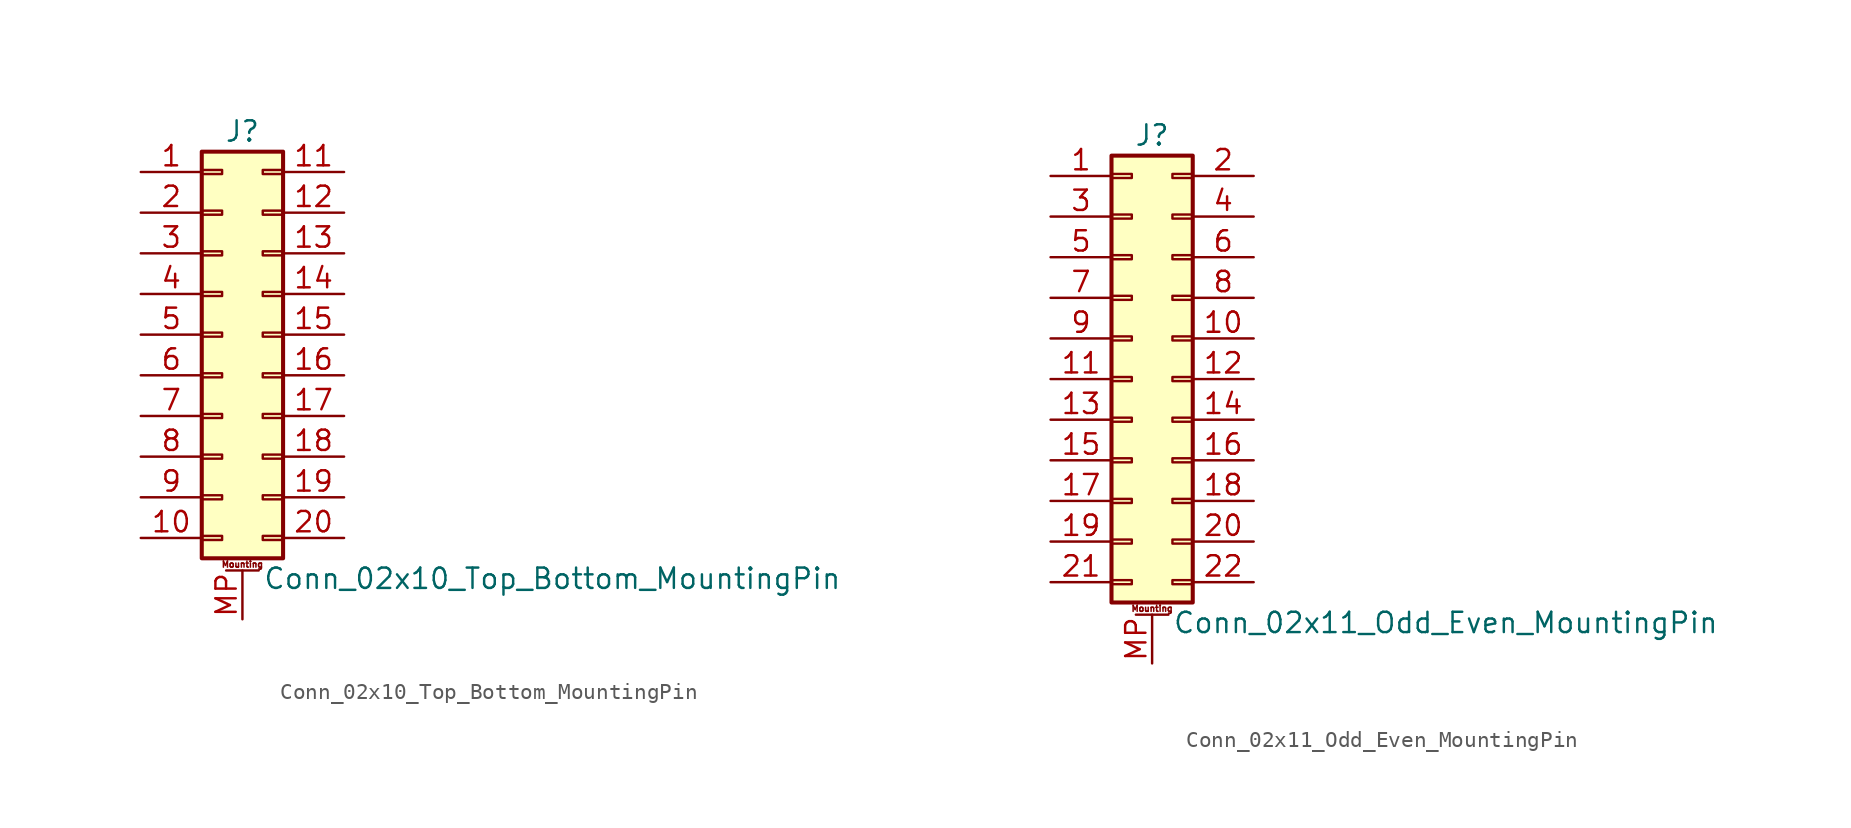
<source format=kicad_sym>
(kicad_symbol_lib
  (version 20201005)
  (generator kicad_symbol_editor)
  (symbol "Connector_Generic_MountingPin:Conn_02x10_Top_Bottom_MountingPin"
    (pin_names
      (offset 1.016) hide)
    (property "Reference" "J"
      (at 1.27 12.7 0)
      (effects (font (size 1.27 1.27))))
    (property "Value" "Conn_02x10_Top_Bottom_MountingPin"
      (at 2.54 -15.24 0)
      (effects (font (size 1.27 1.27)) (justify left)))
    (symbol "Conn_02x10_Top_Bottom_MountingPin_1_1"
      (text "Mounting" (at 1.27 -14.351 0) (effects (font (size 0.381 0.381))))
      (rectangle (start -1.27 -4.953) (end 0 -5.207) (stroke (width 0.152)) (fill (type none)))
      (rectangle (start -1.27 -7.493) (end 0 -7.747) (stroke (width 0.152)) (fill (type none)))
      (rectangle (start -1.27 -10.033) (end 0 -10.287) (stroke (width 0.152)) (fill (type none)))
      (rectangle (start -1.27 -12.573) (end 0 -12.827) (stroke (width 0.152)) (fill (type none)))
      (rectangle (start -1.27 -2.413) (end 0 -2.667) (stroke (width 0.152)) (fill (type none)))
      (rectangle (start -1.27 2.667) (end 0 2.413) (stroke (width 0.152)) (fill (type none)))
      (rectangle (start -1.27 5.207) (end 0 4.953) (stroke (width 0.152)) (fill (type none)))
      (rectangle (start -1.27 7.747) (end 0 7.493) (stroke (width 0.152)) (fill (type none)))
      (rectangle (start -1.27 10.287) (end 0 10.033) (stroke (width 0.152)) (fill (type none)))
      (rectangle (start -1.27 11.43) (end 3.81 -13.97) (stroke (width 0.254)) (fill (type background)))
      (rectangle (start -1.27 0.127) (end 0 -0.127) (stroke (width 0.152)) (fill (type none)))
      (rectangle (start 3.81 -4.953) (end 2.54 -5.207) (stroke (width 0.152)) (fill (type none)))
      (rectangle (start 3.81 -7.493) (end 2.54 -7.747) (stroke (width 0.152)) (fill (type none)))
      (rectangle (start 3.81 -10.033) (end 2.54 -10.287) (stroke (width 0.152)) (fill (type none)))
      (rectangle (start 3.81 -12.573) (end 2.54 -12.827) (stroke (width 0.152)) (fill (type none)))
      (rectangle (start 3.81 -2.413) (end 2.54 -2.667) (stroke (width 0.152)) (fill (type none)))
      (rectangle (start 3.81 2.667) (end 2.54 2.413) (stroke (width 0.152)) (fill (type none)))
      (rectangle (start 3.81 5.207) (end 2.54 4.953) (stroke (width 0.152)) (fill (type none)))
      (rectangle (start 3.81 7.747) (end 2.54 7.493) (stroke (width 0.152)) (fill (type none)))
      (rectangle (start 3.81 10.287) (end 2.54 10.033) (stroke (width 0.152)) (fill (type none)))
      (rectangle (start 3.81 0.127) (end 2.54 -0.127) (stroke (width 0.152)) (fill (type none)))
      (polyline (pts (xy 0.254 -14.732) (xy 2.286 -14.732)) (stroke (width 0.152)) (fill (type none)))
      (pin passive line (at 1.27 -17.78 90) (length 3.048) (name "MountPin" (effects (font (size 1.27 1.27)))) (number "MP" (effects (font (size 1.27 1.27)))))
      (pin passive line (at -5.08 10.16 0) (length 3.81) (name "Pin_1" (effects (font (size 1.27 1.27)))) (number "1" (effects (font (size 1.27 1.27)))))
      (pin passive line (at -5.08 -12.7 0) (length 3.81) (name "Pin_10" (effects (font (size 1.27 1.27)))) (number "10" (effects (font (size 1.27 1.27)))))
      (pin passive line (at 7.62 10.16 180) (length 3.81) (name "Pin_11" (effects (font (size 1.27 1.27)))) (number "11" (effects (font (size 1.27 1.27)))))
      (pin passive line (at 7.62 7.62 180) (length 3.81) (name "Pin_12" (effects (font (size 1.27 1.27)))) (number "12" (effects (font (size 1.27 1.27)))))
      (pin passive line (at 7.62 5.08 180) (length 3.81) (name "Pin_13" (effects (font (size 1.27 1.27)))) (number "13" (effects (font (size 1.27 1.27)))))
      (pin passive line (at 7.62 2.54 180) (length 3.81) (name "Pin_14" (effects (font (size 1.27 1.27)))) (number "14" (effects (font (size 1.27 1.27)))))
      (pin passive line (at 7.62 0 180) (length 3.81) (name "Pin_15" (effects (font (size 1.27 1.27)))) (number "15" (effects (font (size 1.27 1.27)))))
      (pin passive line (at 7.62 -2.54 180) (length 3.81) (name "Pin_16" (effects (font (size 1.27 1.27)))) (number "16" (effects (font (size 1.27 1.27)))))
      (pin passive line (at 7.62 -5.08 180) (length 3.81) (name "Pin_17" (effects (font (size 1.27 1.27)))) (number "17" (effects (font (size 1.27 1.27)))))
      (pin passive line (at 7.62 -7.62 180) (length 3.81) (name "Pin_18" (effects (font (size 1.27 1.27)))) (number "18" (effects (font (size 1.27 1.27)))))
      (pin passive line (at 7.62 -10.16 180) (length 3.81) (name "Pin_19" (effects (font (size 1.27 1.27)))) (number "19" (effects (font (size 1.27 1.27)))))
      (pin passive line (at -5.08 7.62 0) (length 3.81) (name "Pin_2" (effects (font (size 1.27 1.27)))) (number "2" (effects (font (size 1.27 1.27)))))
      (pin passive line (at 7.62 -12.7 180) (length 3.81) (name "Pin_20" (effects (font (size 1.27 1.27)))) (number "20" (effects (font (size 1.27 1.27)))))
      (pin passive line (at -5.08 5.08 0) (length 3.81) (name "Pin_3" (effects (font (size 1.27 1.27)))) (number "3" (effects (font (size 1.27 1.27)))))
      (pin passive line (at -5.08 2.54 0) (length 3.81) (name "Pin_4" (effects (font (size 1.27 1.27)))) (number "4" (effects (font (size 1.27 1.27)))))
      (pin passive line (at -5.08 0 0) (length 3.81) (name "Pin_5" (effects (font (size 1.27 1.27)))) (number "5" (effects (font (size 1.27 1.27)))))
      (pin passive line (at -5.08 -2.54 0) (length 3.81) (name "Pin_6" (effects (font (size 1.27 1.27)))) (number "6" (effects (font (size 1.27 1.27)))))
      (pin passive line (at -5.08 -5.08 0) (length 3.81) (name "Pin_7" (effects (font (size 1.27 1.27)))) (number "7" (effects (font (size 1.27 1.27)))))
      (pin passive line (at -5.08 -7.62 0) (length 3.81) (name "Pin_8" (effects (font (size 1.27 1.27)))) (number "8" (effects (font (size 1.27 1.27)))))
      (pin passive line (at -5.08 -10.16 0) (length 3.81) (name "Pin_9" (effects (font (size 1.27 1.27)))) (number "9" (effects (font (size 1.27 1.27)))))))
  (symbol "Connector_Generic_MountingPin:Conn_02x11_Odd_Even_MountingPin"
    (pin_names
      (offset 1.016) hide)
    (property "Reference" "J"
      (at 1.27 15.24 0)
      (effects (font (size 1.27 1.27))))
    (property "Value" "Conn_02x11_Odd_Even_MountingPin"
      (at 2.54 -15.24 0)
      (effects (font (size 1.27 1.27)) (justify left)))
    (symbol "Conn_02x11_Odd_Even_MountingPin_1_1"
      (text "Mounting" (at 1.27 -14.351 0) (effects (font (size 0.381 0.381))))
      (rectangle (start -1.27 -4.953) (end 0 -5.207) (stroke (width 0.152)) (fill (type none)))
      (rectangle (start -1.27 -7.493) (end 0 -7.747) (stroke (width 0.152)) (fill (type none)))
      (rectangle (start -1.27 -10.033) (end 0 -10.287) (stroke (width 0.152)) (fill (type none)))
      (rectangle (start -1.27 -12.573) (end 0 -12.827) (stroke (width 0.152)) (fill (type none)))
      (rectangle (start -1.27 -2.413) (end 0 -2.667) (stroke (width 0.152)) (fill (type none)))
      (rectangle (start -1.27 2.667) (end 0 2.413) (stroke (width 0.152)) (fill (type none)))
      (rectangle (start -1.27 5.207) (end 0 4.953) (stroke (width 0.152)) (fill (type none)))
      (rectangle (start -1.27 7.747) (end 0 7.493) (stroke (width 0.152)) (fill (type none)))
      (rectangle (start -1.27 10.287) (end 0 10.033) (stroke (width 0.152)) (fill (type none)))
      (rectangle (start -1.27 0.127) (end 0 -0.127) (stroke (width 0.152)) (fill (type none)))
      (rectangle (start -1.27 12.827) (end 0 12.573) (stroke (width 0.152)) (fill (type none)))
      (rectangle (start -1.27 13.97) (end 3.81 -13.97) (stroke (width 0.254)) (fill (type background)))
      (rectangle (start 3.81 -4.953) (end 2.54 -5.207) (stroke (width 0.152)) (fill (type none)))
      (rectangle (start 3.81 -7.493) (end 2.54 -7.747) (stroke (width 0.152)) (fill (type none)))
      (rectangle (start 3.81 -10.033) (end 2.54 -10.287) (stroke (width 0.152)) (fill (type none)))
      (rectangle (start 3.81 -12.573) (end 2.54 -12.827) (stroke (width 0.152)) (fill (type none)))
      (rectangle (start 3.81 -2.413) (end 2.54 -2.667) (stroke (width 0.152)) (fill (type none)))
      (rectangle (start 3.81 2.667) (end 2.54 2.413) (stroke (width 0.152)) (fill (type none)))
      (rectangle (start 3.81 5.207) (end 2.54 4.953) (stroke (width 0.152)) (fill (type none)))
      (rectangle (start 3.81 7.747) (end 2.54 7.493) (stroke (width 0.152)) (fill (type none)))
      (rectangle (start 3.81 10.287) (end 2.54 10.033) (stroke (width 0.152)) (fill (type none)))
      (rectangle (start 3.81 0.127) (end 2.54 -0.127) (stroke (width 0.152)) (fill (type none)))
      (rectangle (start 3.81 12.827) (end 2.54 12.573) (stroke (width 0.152)) (fill (type none)))
      (polyline (pts (xy 0.254 -14.732) (xy 2.286 -14.732)) (stroke (width 0.152)) (fill (type none)))
      (pin passive line (at 1.27 -17.78 90) (length 3.048) (name "MountPin" (effects (font (size 1.27 1.27)))) (number "MP" (effects (font (size 1.27 1.27)))))
      (pin passive line (at -5.08 12.7 0) (length 3.81) (name "Pin_1" (effects (font (size 1.27 1.27)))) (number "1" (effects (font (size 1.27 1.27)))))
      (pin passive line (at 7.62 2.54 180) (length 3.81) (name "Pin_10" (effects (font (size 1.27 1.27)))) (number "10" (effects (font (size 1.27 1.27)))))
      (pin passive line (at -5.08 0 0) (length 3.81) (name "Pin_11" (effects (font (size 1.27 1.27)))) (number "11" (effects (font (size 1.27 1.27)))))
      (pin passive line (at 7.62 0 180) (length 3.81) (name "Pin_12" (effects (font (size 1.27 1.27)))) (number "12" (effects (font (size 1.27 1.27)))))
      (pin passive line (at -5.08 -2.54 0) (length 3.81) (name "Pin_13" (effects (font (size 1.27 1.27)))) (number "13" (effects (font (size 1.27 1.27)))))
      (pin passive line (at 7.62 -2.54 180) (length 3.81) (name "Pin_14" (effects (font (size 1.27 1.27)))) (number "14" (effects (font (size 1.27 1.27)))))
      (pin passive line (at -5.08 -5.08 0) (length 3.81) (name "Pin_15" (effects (font (size 1.27 1.27)))) (number "15" (effects (font (size 1.27 1.27)))))
      (pin passive line (at 7.62 -5.08 180) (length 3.81) (name "Pin_16" (effects (font (size 1.27 1.27)))) (number "16" (effects (font (size 1.27 1.27)))))
      (pin passive line (at -5.08 -7.62 0) (length 3.81) (name "Pin_17" (effects (font (size 1.27 1.27)))) (number "17" (effects (font (size 1.27 1.27)))))
      (pin passive line (at 7.62 -7.62 180) (length 3.81) (name "Pin_18" (effects (font (size 1.27 1.27)))) (number "18" (effects (font (size 1.27 1.27)))))
      (pin passive line (at -5.08 -10.16 0) (length 3.81) (name "Pin_19" (effects (font (size 1.27 1.27)))) (number "19" (effects (font (size 1.27 1.27)))))
      (pin passive line (at 7.62 12.7 180) (length 3.81) (name "Pin_2" (effects (font (size 1.27 1.27)))) (number "2" (effects (font (size 1.27 1.27)))))
      (pin passive line (at 7.62 -10.16 180) (length 3.81) (name "Pin_20" (effects (font (size 1.27 1.27)))) (number "20" (effects (font (size 1.27 1.27)))))
      (pin passive line (at -5.08 -12.7 0) (length 3.81) (name "Pin_21" (effects (font (size 1.27 1.27)))) (number "21" (effects (font (size 1.27 1.27)))))
      (pin passive line (at 7.62 -12.7 180) (length 3.81) (name "Pin_22" (effects (font (size 1.27 1.27)))) (number "22" (effects (font (size 1.27 1.27)))))
      (pin passive line (at -5.08 10.16 0) (length 3.81) (name "Pin_3" (effects (font (size 1.27 1.27)))) (number "3" (effects (font (size 1.27 1.27)))))
      (pin passive line (at 7.62 10.16 180) (length 3.81) (name "Pin_4" (effects (font (size 1.27 1.27)))) (number "4" (effects (font (size 1.27 1.27)))))
      (pin passive line (at -5.08 7.62 0) (length 3.81) (name "Pin_5" (effects (font (size 1.27 1.27)))) (number "5" (effects (font (size 1.27 1.27)))))
      (pin passive line (at 7.62 7.62 180) (length 3.81) (name "Pin_6" (effects (font (size 1.27 1.27)))) (number "6" (effects (font (size 1.27 1.27)))))
      (pin passive line (at -5.08 5.08 0) (length 3.81) (name "Pin_7" (effects (font (size 1.27 1.27)))) (number "7" (effects (font (size 1.27 1.27)))))
      (pin passive line (at 7.62 5.08 180) (length 3.81) (name "Pin_8" (effects (font (size 1.27 1.27)))) (number "8" (effects (font (size 1.27 1.27)))))
      (pin passive line (at -5.08 2.54 0) (length 3.81) (name "Pin_9" (effects (font (size 1.27 1.27)))) (number "9" (effects (font (size 1.27 1.27))))))))
</source>
